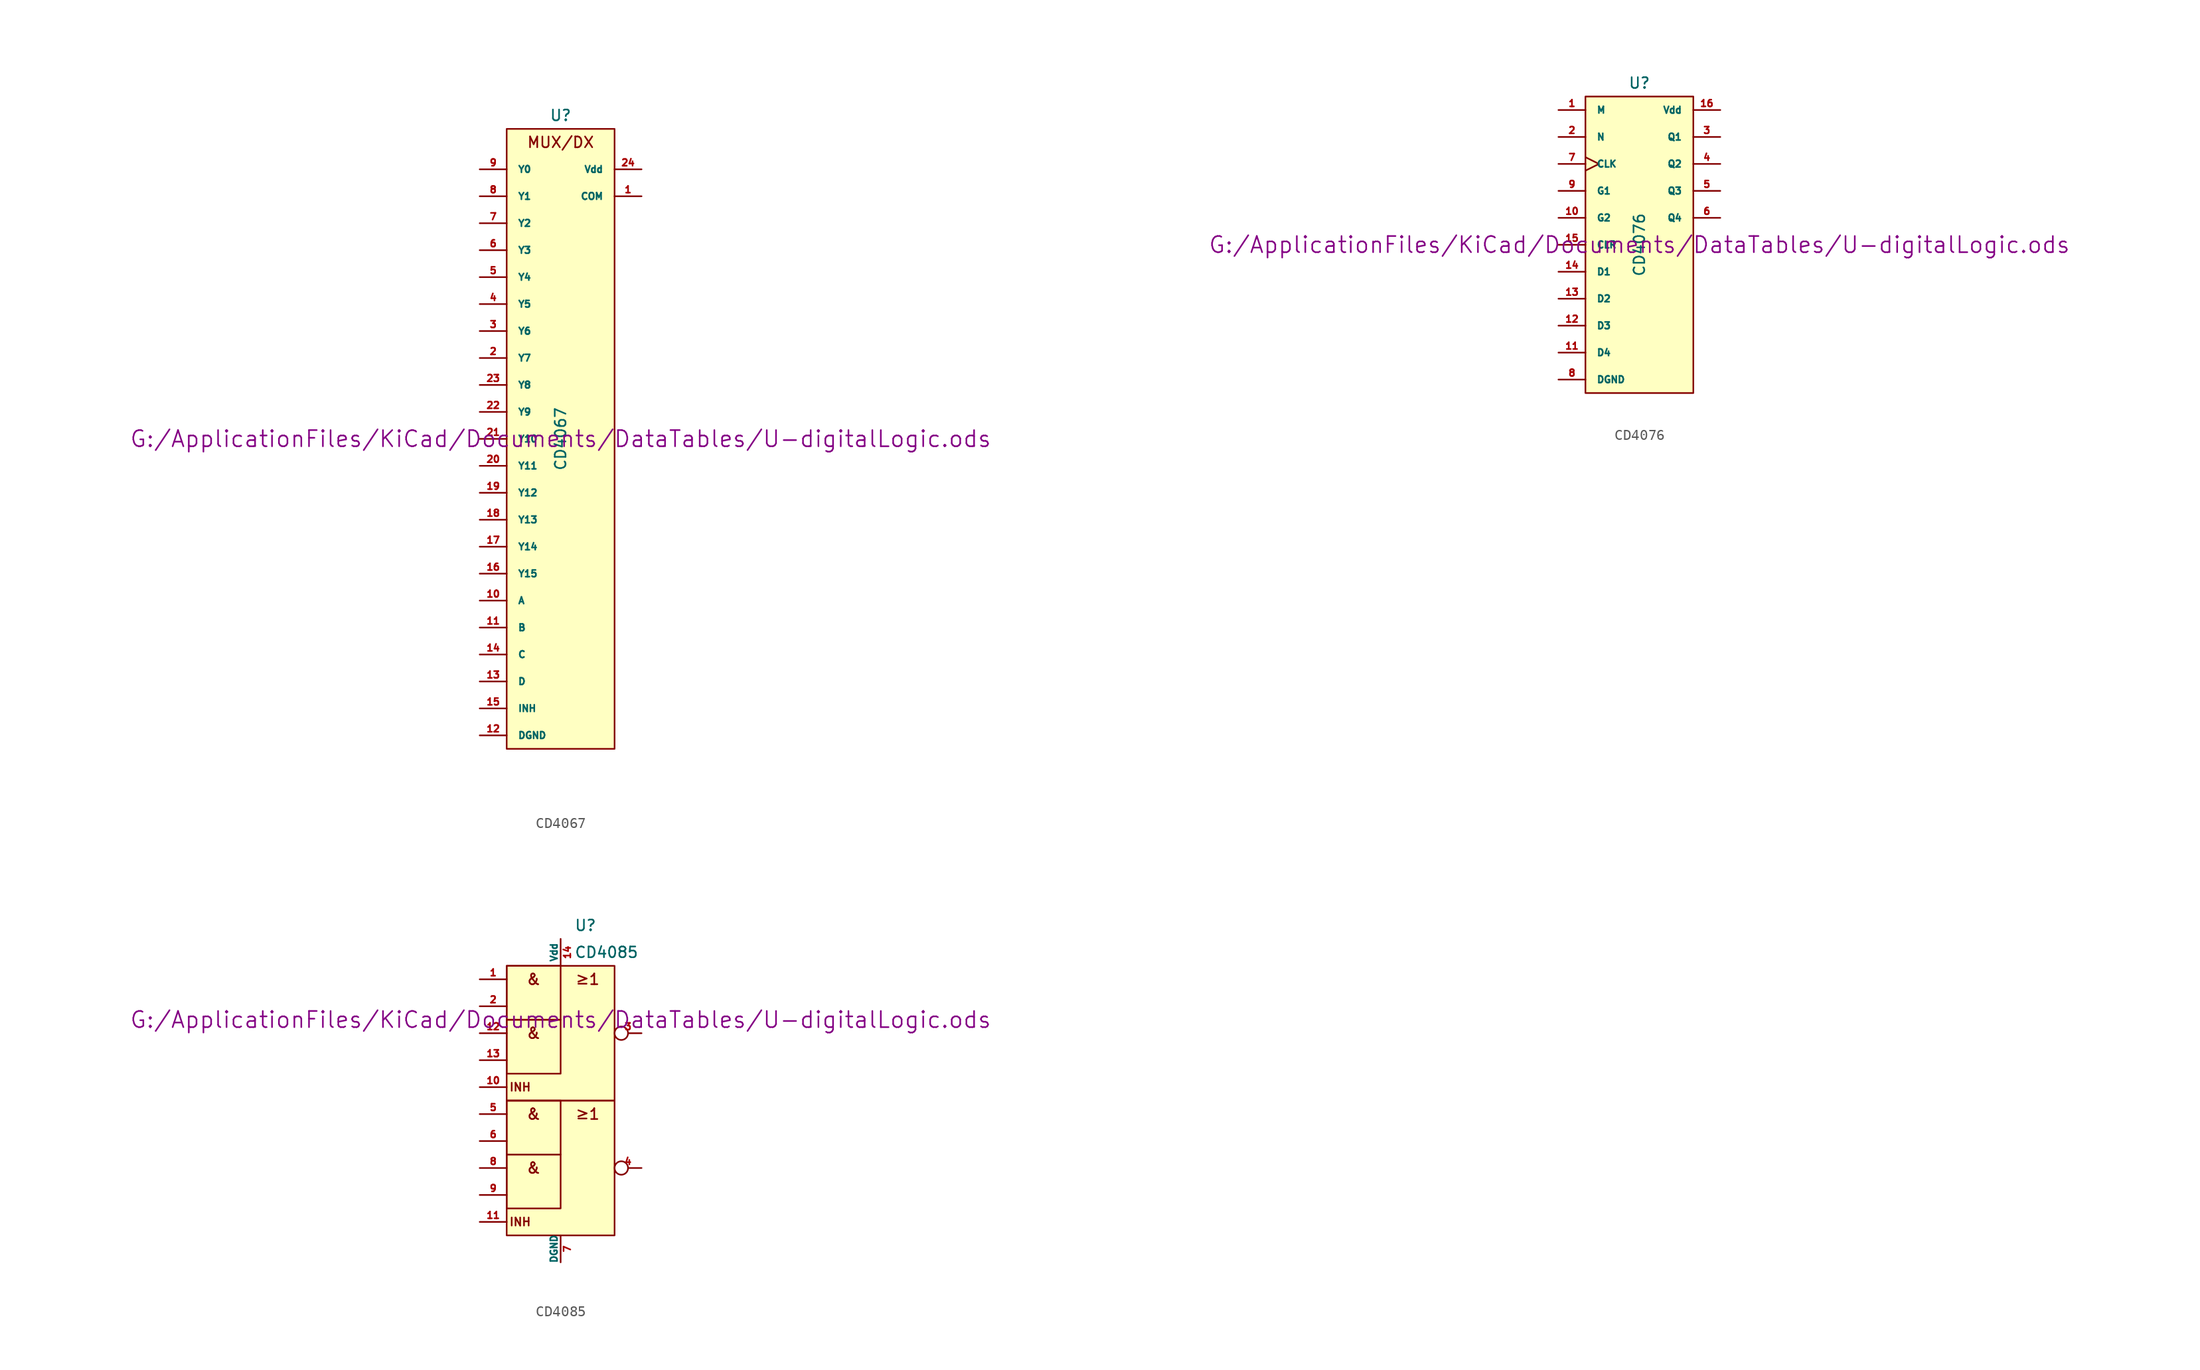
<source format=kicad_sym>
(kicad_symbol_lib
  (version 20211014)
  (generator kicad_symbol_editor)
  (symbol "CD4067"
    (pin_names
      (offset 1.016))
    (property "Reference" "U"
      (at 0 30.48 0)
      (effects (font (size 1.016 1.016))))
    (property "Value" "CD4067"
      (at 0 0 90)
      (effects (font (size 1.016 1.016))))
    (property "Footprint" ""
      (at 0 0 0)
      (effects (font (size 1.524 1.524))))
    (property "Datasheet" "G:/ApplicationFiles/KiCad/Documents/DataTables/U-digitalLogic.ods"
      (at 0 0 0)
      (effects (font (size 1.524 1.524))))
    (symbol "CD4067_0_0"
      (text "MUX/DX" (at 0 27.94 0) (effects (font (size 1.016 1.016)))))
    (symbol "CD4067_0_1"
      (rectangle (start -5.08 29.21) (end 5.08 -29.21) (stroke (width 0) (type default) (color 0 0 0 0)) (fill (type background))))
    (symbol "CD4067_1_1"
      (pin bidirectional line (at 7.62 22.86 180) (length 2.54) (name "COM" (effects (font (size 0.635 0.635)))) (number "1" (effects (font (size 0.635 0.635)))))
      (pin input line (at -7.62 -15.24 0) (length 2.54) (name "A" (effects (font (size 0.635 0.635)))) (number "10" (effects (font (size 0.635 0.635)))))
      (pin input line (at -7.62 -17.78 0) (length 2.54) (name "B" (effects (font (size 0.635 0.635)))) (number "11" (effects (font (size 0.635 0.635)))))
      (pin power_in line (at -7.62 -27.94 0) (length 2.54) (name "DGND" (effects (font (size 0.635 0.635)))) (number "12" (effects (font (size 0.635 0.635)))))
      (pin input line (at -7.62 -22.86 0) (length 2.54) (name "D" (effects (font (size 0.635 0.635)))) (number "13" (effects (font (size 0.635 0.635)))))
      (pin input line (at -7.62 -20.32 0) (length 2.54) (name "C" (effects (font (size 0.635 0.635)))) (number "14" (effects (font (size 0.635 0.635)))))
      (pin input line (at -7.62 -25.4 0) (length 2.54) (name "INH" (effects (font (size 0.635 0.635)))) (number "15" (effects (font (size 0.635 0.635)))))
      (pin bidirectional line (at -7.62 -12.7 0) (length 2.54) (name "Y15" (effects (font (size 0.635 0.635)))) (number "16" (effects (font (size 0.635 0.635)))))
      (pin bidirectional line (at -7.62 -10.16 0) (length 2.54) (name "Y14" (effects (font (size 0.635 0.635)))) (number "17" (effects (font (size 0.635 0.635)))))
      (pin bidirectional line (at -7.62 -7.62 0) (length 2.54) (name "Y13" (effects (font (size 0.635 0.635)))) (number "18" (effects (font (size 0.635 0.635)))))
      (pin bidirectional line (at -7.62 -5.08 0) (length 2.54) (name "Y12" (effects (font (size 0.635 0.635)))) (number "19" (effects (font (size 0.635 0.635)))))
      (pin bidirectional line (at -7.62 7.62 0) (length 2.54) (name "Y7" (effects (font (size 0.635 0.635)))) (number "2" (effects (font (size 0.635 0.635)))))
      (pin bidirectional line (at -7.62 -2.54 0) (length 2.54) (name "Y11" (effects (font (size 0.635 0.635)))) (number "20" (effects (font (size 0.635 0.635)))))
      (pin bidirectional line (at -7.62 0 0) (length 2.54) (name "Y10" (effects (font (size 0.635 0.635)))) (number "21" (effects (font (size 0.635 0.635)))))
      (pin bidirectional line (at -7.62 2.54 0) (length 2.54) (name "Y9" (effects (font (size 0.635 0.635)))) (number "22" (effects (font (size 0.635 0.635)))))
      (pin bidirectional line (at -7.62 5.08 0) (length 2.54) (name "Y8" (effects (font (size 0.635 0.635)))) (number "23" (effects (font (size 0.635 0.635)))))
      (pin power_in line (at 7.62 25.4 180) (length 2.54) (name "Vdd" (effects (font (size 0.635 0.635)))) (number "24" (effects (font (size 0.635 0.635)))))
      (pin bidirectional line (at -7.62 10.16 0) (length 2.54) (name "Y6" (effects (font (size 0.635 0.635)))) (number "3" (effects (font (size 0.635 0.635)))))
      (pin bidirectional line (at -7.62 12.7 0) (length 2.54) (name "Y5" (effects (font (size 0.635 0.635)))) (number "4" (effects (font (size 0.635 0.635)))))
      (pin bidirectional line (at -7.62 15.24 0) (length 2.54) (name "Y4" (effects (font (size 0.635 0.635)))) (number "5" (effects (font (size 0.635 0.635)))))
      (pin bidirectional line (at -7.62 17.78 0) (length 2.54) (name "Y3" (effects (font (size 0.635 0.635)))) (number "6" (effects (font (size 0.635 0.635)))))
      (pin bidirectional line (at -7.62 20.32 0) (length 2.54) (name "Y2" (effects (font (size 0.635 0.635)))) (number "7" (effects (font (size 0.635 0.635)))))
      (pin bidirectional line (at -7.62 22.86 0) (length 2.54) (name "Y1" (effects (font (size 0.635 0.635)))) (number "8" (effects (font (size 0.635 0.635)))))
      (pin bidirectional line (at -7.62 25.4 0) (length 2.54) (name "Y0" (effects (font (size 0.635 0.635)))) (number "9" (effects (font (size 0.635 0.635)))))))
  (symbol "CD4076"
    (pin_names
      (offset 1.016))
    (property "Reference" "U"
      (at 0 15.24 0)
      (effects (font (size 1.016 1.016))))
    (property "Value" "CD4076"
      (at 0 0 90)
      (effects (font (size 1.016 1.016))))
    (property "Footprint" ""
      (at 0 0 0)
      (effects (font (size 1.524 1.524))))
    (property "Datasheet" "G:/ApplicationFiles/KiCad/Documents/DataTables/U-digitalLogic.ods"
      (at 0 0 0)
      (effects (font (size 1.524 1.524))))
    (symbol "CD4076_0_1"
      (rectangle (start -5.08 13.97) (end 5.08 -13.97) (stroke (width 0) (type default) (color 0 0 0 0)) (fill (type background))))
    (symbol "CD4076_1_1"
      (pin input line (at -7.62 12.7 0) (length 2.54) (name "M" (effects (font (size 0.635 0.635)))) (number "1" (effects (font (size 0.635 0.635)))))
      (pin input line (at -7.62 2.54 0) (length 2.54) (name "G2" (effects (font (size 0.635 0.635)))) (number "10" (effects (font (size 0.635 0.635)))))
      (pin input line (at -7.62 -10.16 0) (length 2.54) (name "D4" (effects (font (size 0.635 0.635)))) (number "11" (effects (font (size 0.635 0.635)))))
      (pin input line (at -7.62 -7.62 0) (length 2.54) (name "D3" (effects (font (size 0.635 0.635)))) (number "12" (effects (font (size 0.635 0.635)))))
      (pin input line (at -7.62 -5.08 0) (length 2.54) (name "D2" (effects (font (size 0.635 0.635)))) (number "13" (effects (font (size 0.635 0.635)))))
      (pin input line (at -7.62 -2.54 0) (length 2.54) (name "D1" (effects (font (size 0.635 0.635)))) (number "14" (effects (font (size 0.635 0.635)))))
      (pin input line (at -7.62 0 0) (length 2.54) (name "CLR" (effects (font (size 0.635 0.635)))) (number "15" (effects (font (size 0.635 0.635)))))
      (pin power_in line (at 7.62 12.7 180) (length 2.54) (name "Vdd" (effects (font (size 0.635 0.635)))) (number "16" (effects (font (size 0.635 0.635)))))
      (pin input line (at -7.62 10.16 0) (length 2.54) (name "N" (effects (font (size 0.635 0.635)))) (number "2" (effects (font (size 0.635 0.635)))))
      (pin output line (at 7.62 10.16 180) (length 2.54) (name "Q1" (effects (font (size 0.635 0.635)))) (number "3" (effects (font (size 0.635 0.635)))))
      (pin output line (at 7.62 7.62 180) (length 2.54) (name "Q2" (effects (font (size 0.635 0.635)))) (number "4" (effects (font (size 0.635 0.635)))))
      (pin output line (at 7.62 5.08 180) (length 2.54) (name "Q3" (effects (font (size 0.635 0.635)))) (number "5" (effects (font (size 0.635 0.635)))))
      (pin output line (at 7.62 2.54 180) (length 2.54) (name "Q4" (effects (font (size 0.635 0.635)))) (number "6" (effects (font (size 0.635 0.635)))))
      (pin input clock (at -7.62 7.62 0) (length 2.54) (name "CLK" (effects (font (size 0.635 0.635)))) (number "7" (effects (font (size 0.635 0.635)))))
      (pin power_in line (at -7.62 -12.7 0) (length 2.54) (name "DGND" (effects (font (size 0.635 0.635)))) (number "8" (effects (font (size 0.635 0.635)))))
      (pin input line (at -7.62 5.08 0) (length 2.54) (name "G1" (effects (font (size 0.635 0.635)))) (number "9" (effects (font (size 0.635 0.635)))))))
  (symbol "CD4085"
    (pin_names
      (offset 0))
    (property "Reference" "U"
      (at 1.27 16.51 0)
      (effects (font (size 1.016 1.016)) (justify left)))
    (property "Value" "CD4085"
      (at 1.27 13.97 0)
      (effects (font (size 1.016 1.016)) (justify left)))
    (property "Footprint" ""
      (at 0 7.62 0)
      (effects (font (size 1.524 1.524))))
    (property "Datasheet" "G:/ApplicationFiles/KiCad/Documents/DataTables/U-digitalLogic.ods"
      (at 0 7.62 0)
      (effects (font (size 1.524 1.524))))
    (symbol "CD4085_0_0"
      (text "&" (at -2.54 -6.35 0) (effects (font (size 1.016 1.016))))
      (text "&" (at -2.54 -1.27 0) (effects (font (size 1.016 1.016))))
      (text "&" (at -2.54 6.35 0) (effects (font (size 1.016 1.016))))
      (text "&" (at -2.54 11.43 0) (effects (font (size 1.016 1.016))))
      (text "INH" (at -3.81 -11.43 0) (effects (font (size 0.762 0.762))))
      (text "INH" (at -3.81 1.27 0) (effects (font (size 0.762 0.762))))
      (text "≥1" (at 2.54 -1.27 0) (effects (font (size 1.016 1.016))))
      (text "≥1" (at 2.54 11.43 0) (effects (font (size 1.016 1.016)))))
    (symbol "CD4085_0_1"
      (rectangle (start -5.08 0) (end 5.08 -12.7) (stroke (width 0) (type default) (color 0 0 0 0)) (fill (type background)))
      (rectangle (start -5.08 12.7) (end 5.08 0) (stroke (width 0) (type default) (color 0 0 0 0)) (fill (type background)))
      (rectangle (start 0 -5.08) (end -5.08 -10.16) (stroke (width 0) (type default) (color 0 0 0 0)) (fill (type none)))
      (rectangle (start 0 0) (end -5.08 -5.08) (stroke (width 0) (type default) (color 0 0 0 0)) (fill (type none)))
      (rectangle (start 0 7.62) (end -5.08 2.54) (stroke (width 0) (type default) (color 0 0 0 0)) (fill (type none)))
      (rectangle (start 0 12.7) (end -5.08 7.62) (stroke (width 0) (type default) (color 0 0 0 0)) (fill (type none))))
    (symbol "CD4085_1_1"
      (pin input line (at -7.62 11.43 0) (length 2.54) (name "~" (effects (font (size 0.635 0.635)))) (number "1" (effects (font (size 0.635 0.635)))))
      (pin input line (at -7.62 1.27 0) (length 2.54) (name "~" (effects (font (size 0.635 0.635)))) (number "10" (effects (font (size 0.635 0.635)))))
      (pin input line (at -7.62 -11.43 0) (length 2.54) (name "~" (effects (font (size 0.635 0.635)))) (number "11" (effects (font (size 0.635 0.635)))))
      (pin input line (at -7.62 6.35 0) (length 2.54) (name "~" (effects (font (size 0.635 0.635)))) (number "12" (effects (font (size 0.635 0.635)))))
      (pin input line (at -7.62 3.81 0) (length 2.54) (name "~" (effects (font (size 0.635 0.635)))) (number "13" (effects (font (size 0.635 0.635)))))
      (pin power_in line (at 0 15.24 270) (length 2.54) (name "Vdd" (effects (font (size 0.635 0.635)))) (number "14" (effects (font (size 0.635 0.635)))))
      (pin input line (at -7.62 8.89 0) (length 2.54) (name "~" (effects (font (size 0.635 0.635)))) (number "2" (effects (font (size 0.635 0.635)))))
      (pin output inverted (at 7.62 6.35 180) (length 2.54) (name "~" (effects (font (size 0.635 0.635)))) (number "3" (effects (font (size 0.635 0.635)))))
      (pin output inverted (at 7.62 -6.35 180) (length 2.54) (name "~" (effects (font (size 0.635 0.635)))) (number "4" (effects (font (size 0.635 0.635)))))
      (pin input line (at -7.62 -1.27 0) (length 2.54) (name "~" (effects (font (size 0.635 0.635)))) (number "5" (effects (font (size 0.635 0.635)))))
      (pin input line (at -7.62 -3.81 0) (length 2.54) (name "~" (effects (font (size 0.635 0.635)))) (number "6" (effects (font (size 0.635 0.635)))))
      (pin power_in line (at 0 -15.24 90) (length 2.54) (name "DGND" (effects (font (size 0.635 0.635)))) (number "7" (effects (font (size 0.635 0.635)))))
      (pin input line (at -7.62 -6.35 0) (length 2.54) (name "~" (effects (font (size 0.635 0.635)))) (number "8" (effects (font (size 0.635 0.635)))))
      (pin input line (at -7.62 -8.89 0) (length 2.54) (name "~" (effects (font (size 0.635 0.635)))) (number "9" (effects (font (size 0.635 0.635))))))))
</source>
